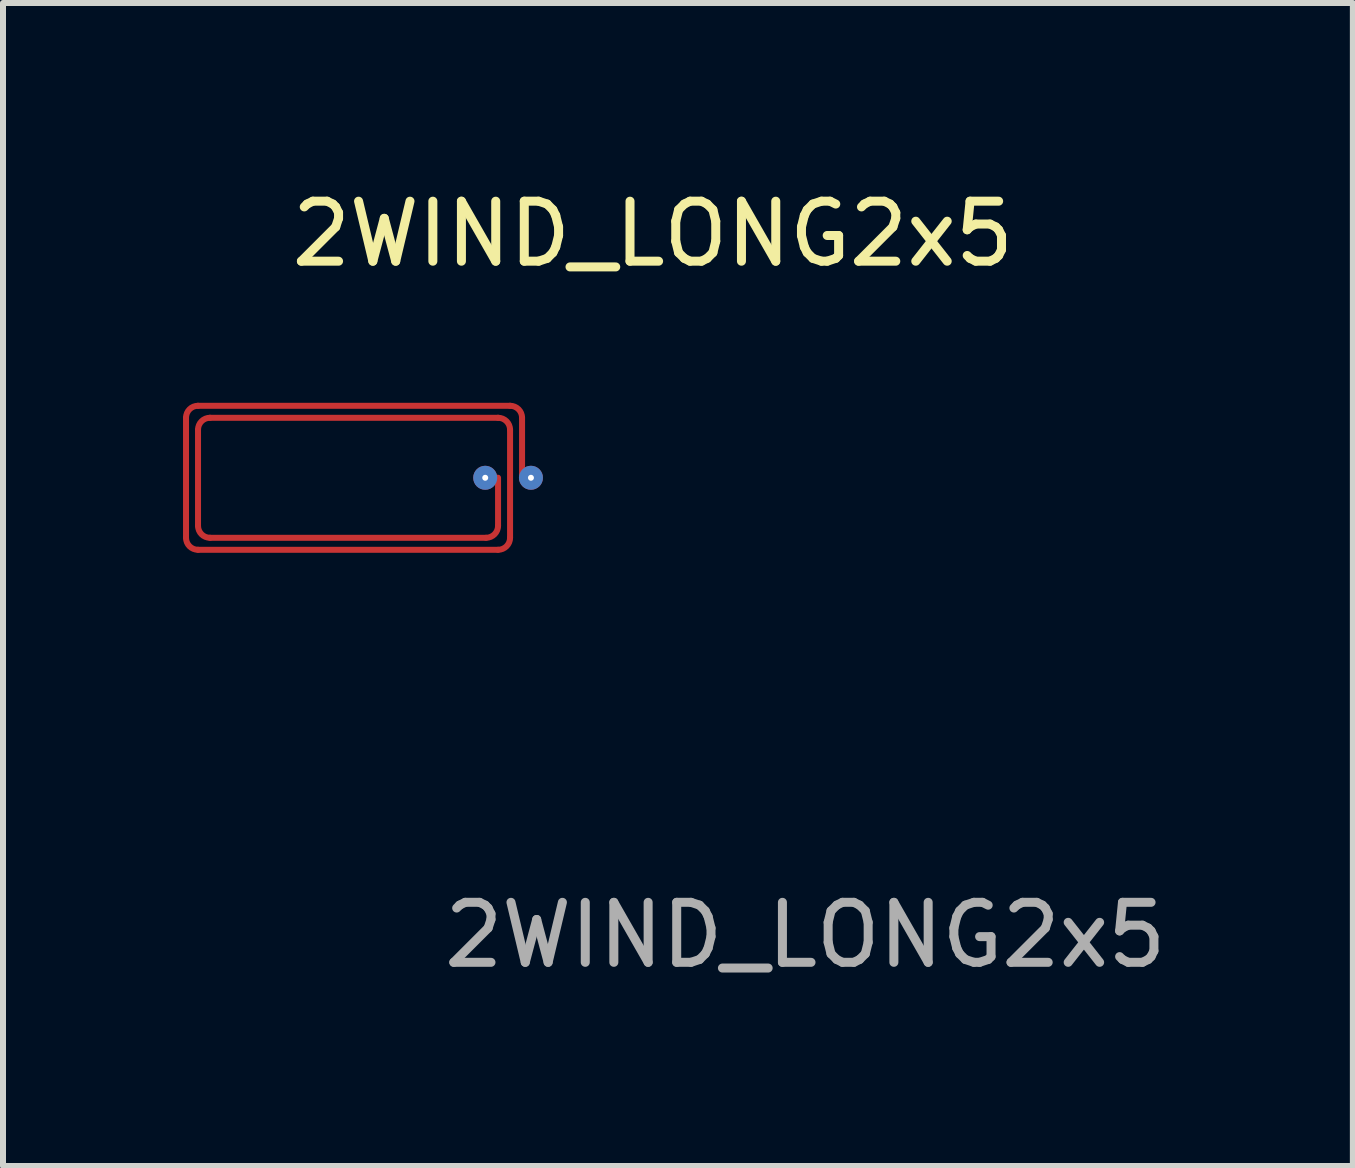
<source format=kicad_pcb>
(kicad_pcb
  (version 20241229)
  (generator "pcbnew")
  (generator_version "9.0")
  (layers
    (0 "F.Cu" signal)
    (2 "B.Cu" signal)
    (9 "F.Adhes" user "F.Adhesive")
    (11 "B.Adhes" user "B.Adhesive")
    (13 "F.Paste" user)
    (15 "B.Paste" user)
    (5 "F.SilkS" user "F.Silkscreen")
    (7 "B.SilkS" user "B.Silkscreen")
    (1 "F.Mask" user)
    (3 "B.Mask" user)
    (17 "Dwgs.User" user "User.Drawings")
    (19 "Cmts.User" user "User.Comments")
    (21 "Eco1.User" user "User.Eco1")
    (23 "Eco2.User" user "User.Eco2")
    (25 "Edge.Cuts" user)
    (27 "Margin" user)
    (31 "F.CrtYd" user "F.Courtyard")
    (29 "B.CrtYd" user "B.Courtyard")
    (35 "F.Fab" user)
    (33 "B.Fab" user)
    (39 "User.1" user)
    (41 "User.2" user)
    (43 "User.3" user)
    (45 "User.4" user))
  (footprint "2WIND_LONG2x5"
    (layer "F.Cu")
    (at 2.75 4.912)
    (property "Reference" "2WIND_LONG2x5" (at 5.08 -4.064 0) (unlocked yes) (layer "F.SilkS") (effects (font (size 1 1) (thickness 0.15))))
    (attr smd exclude_from_bom)
    (fp_line (start -2.7 1) (end -2.7 -1) (stroke (width 0.1) (type solid)) (layer "F.Cu"))
    (fp_line (start -2.5 -1.2) (end 2.7 -1.2) (stroke (width 0.1) (type solid)) (layer "F.Cu"))
    (fp_line (start -2.5 0.8) (end -2.5 -0.8) (stroke (width 0.1) (type solid)) (layer "F.Cu"))
    (fp_line (start -2.5 1.2) (end 2.5 1.2) (stroke (width 0.1) (type solid)) (layer "F.Cu"))
    (fp_line (start -2.3 -1) (end 2.5 -1) (stroke (width 0.1) (type solid)) (layer "F.Cu"))
    (fp_line (start -2.3 1) (end 2.3 1) (stroke (width 0.1) (type solid)) (layer "F.Cu"))
    (fp_line (start 2.486 0) (end 2.286 0) (stroke (width 0.1) (type solid)) (layer "F.Cu"))
    (fp_line (start 2.5 0.8) (end 2.5 0) (stroke (width 0.1) (type solid)) (layer "F.Cu"))
    (fp_line (start 2.7 1) (end 2.7 -0.8) (stroke (width 0.1) (type solid)) (layer "F.Cu"))
    (fp_line (start 2.9 0) (end 2.9 -1) (stroke (width 0.1) (type solid)) (layer "F.Cu"))
    (fp_arc (start -2.7 -1) (mid -2.641421 -1.141421) (end -2.5 -1.2) (stroke (width 0.1) (type solid)) (layer "F.Cu"))
    (fp_arc (start -2.5 -0.8) (mid -2.441421 -0.941421) (end -2.3 -1) (stroke (width 0.1) (type solid)) (layer "F.Cu"))
    (fp_arc (start -2.5 1.2) (mid -2.641421 1.141421) (end -2.7 1) (stroke (width 0.1) (type solid)) (layer "F.Cu"))
    (fp_arc (start -2.3 1) (mid -2.441421 0.941421) (end -2.5 0.8) (stroke (width 0.1) (type solid)) (layer "F.Cu"))
    (fp_arc (start 2.5 -1) (mid 2.641421 -0.941421) (end 2.7 -0.8) (stroke (width 0.1) (type solid)) (layer "F.Cu"))
    (fp_arc (start 2.5 0.8) (mid 2.441421 0.941421) (end 2.3 1) (stroke (width 0.1) (type solid)) (layer "F.Cu"))
    (fp_arc (start 2.7 -1.2) (mid 2.841421 -1.141421) (end 2.9 -1) (stroke (width 0.1) (type solid)) (layer "F.Cu"))
    (fp_arc (start 2.7 1) (mid 2.641421 1.141421) (end 2.5 1.2) (stroke (width 0.1) (type solid)) (layer "F.Cu"))
    (fp_text user "${REFERENCE}" (at 7.62 7.62 0) (unlocked yes) (layer "F.Fab") (effects (font (size 1 1) (thickness 0.15))))
    (pad "P$1" thru_hole circle (at 2.286 0) (size 0.4 0.4) (drill 0.1) (layers "*.Cu"))
    (pad "P$2" thru_hole circle (at 3.048 0) (size 0.4 0.4) (drill 0.1) (layers "*.Cu")))
  (gr_rect
    (start -3 -3)
    (end 19.495 16.381)
    (stroke (width 0.1) (type default))
    (fill no)
    (layer "Edge.Cuts")))
</source>
